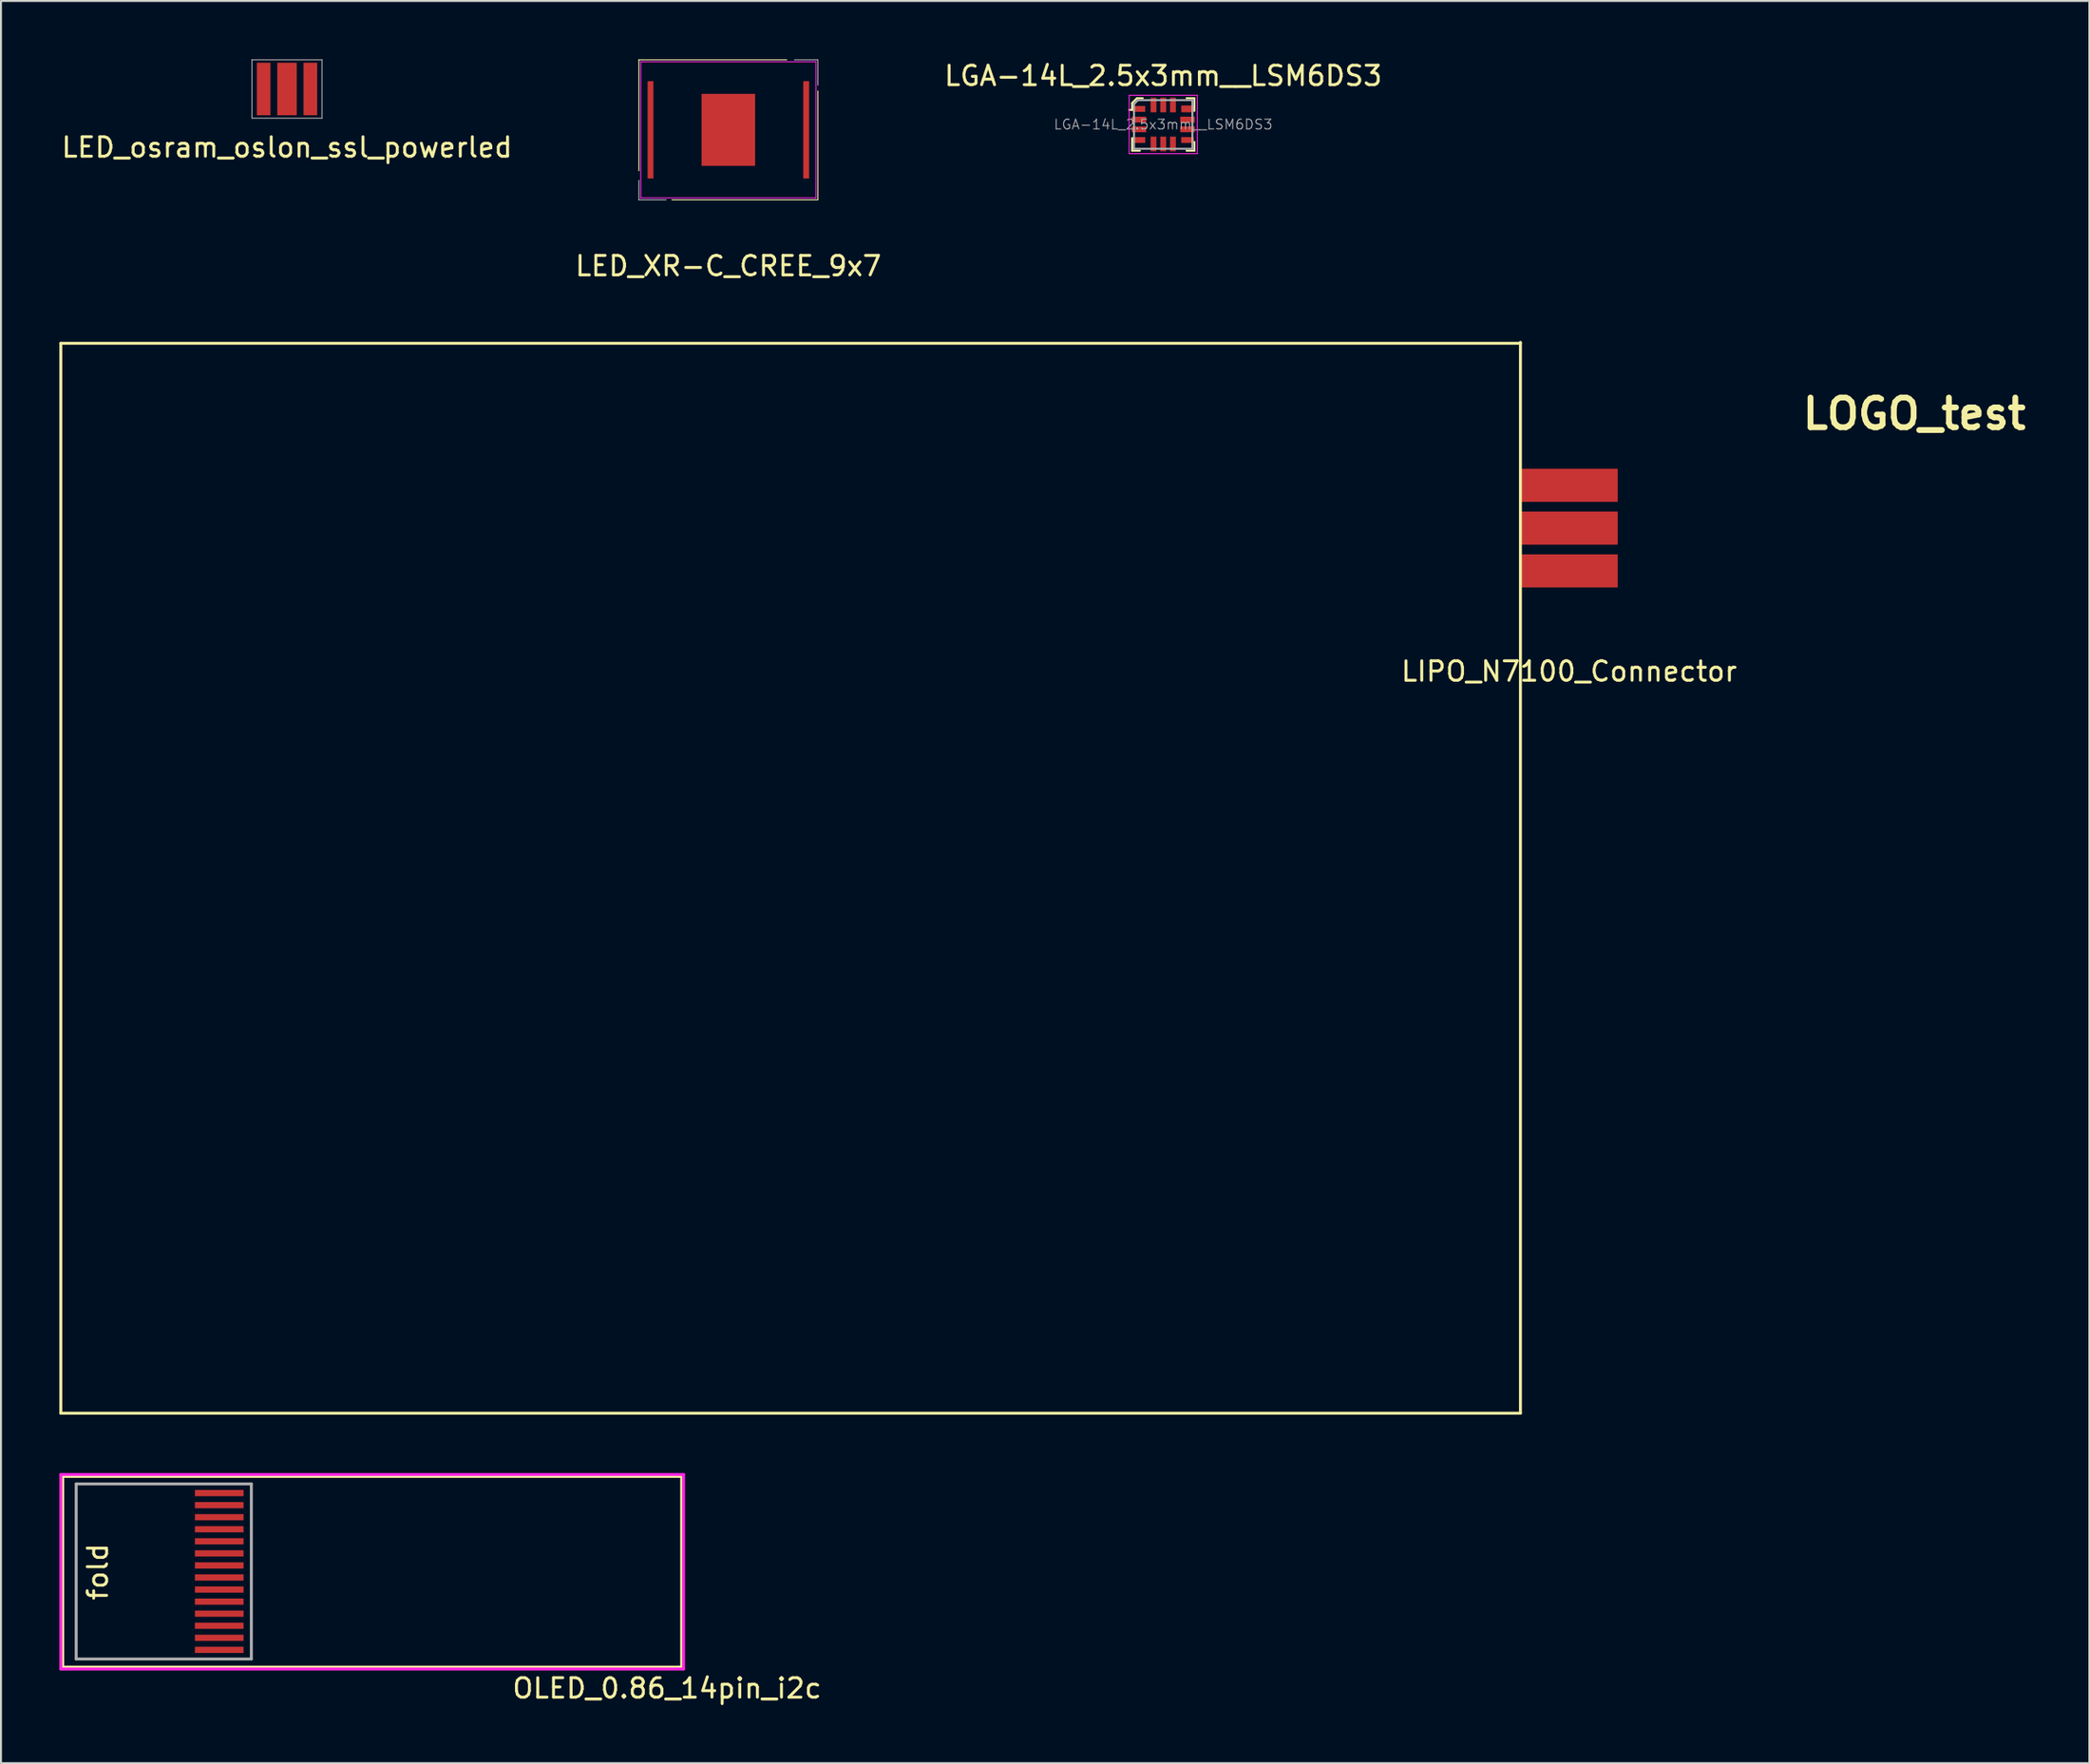
<source format=kicad_pcb>
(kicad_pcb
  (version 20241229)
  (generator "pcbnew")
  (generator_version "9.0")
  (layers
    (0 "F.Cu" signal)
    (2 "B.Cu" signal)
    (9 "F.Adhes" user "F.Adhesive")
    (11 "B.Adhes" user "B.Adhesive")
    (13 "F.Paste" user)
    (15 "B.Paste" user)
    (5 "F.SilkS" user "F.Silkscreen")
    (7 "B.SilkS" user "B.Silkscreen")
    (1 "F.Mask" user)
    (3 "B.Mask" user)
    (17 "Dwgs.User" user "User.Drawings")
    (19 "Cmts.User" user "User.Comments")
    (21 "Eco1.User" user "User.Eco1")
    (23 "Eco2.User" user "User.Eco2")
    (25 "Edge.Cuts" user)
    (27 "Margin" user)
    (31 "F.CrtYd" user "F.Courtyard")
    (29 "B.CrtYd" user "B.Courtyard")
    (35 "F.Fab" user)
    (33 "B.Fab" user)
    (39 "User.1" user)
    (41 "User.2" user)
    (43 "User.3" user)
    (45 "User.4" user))
  (footprint "LOGO_test"
    (layer "F.Cu")
    (at 95.289 15.597)
    (property "Reference" "LOGO_test" (at 0.025 2.625 0) (layer "F.SilkS") (effects (font (size 1.524 1.524) (thickness 0.3))))
    (attr through_hole)
    (fp_poly (pts (xy 0.178 -0.025) (xy -1.449 -0.025) (xy -1.449 -0.356) (xy -1.856 -0.356) (xy -1.856 -1.119) (xy 0.178 -1.119) (xy 0.178 -0.025)) (stroke (width 0.01) (type solid)) (fill yes) (layer "F.Mask"))
    (fp_poly (pts (xy 1.856 -0.356) (xy 1.449 -0.356) (xy 1.449 0.153) (xy 0.696 0.153) (xy 0.628 0.081) (xy 0.559 0.01) (xy 0.559 -1.119) (xy 1.856 -1.119) (xy 1.856 -0.356)) (stroke (width 0.01) (type solid)) (fill yes) (layer "F.Mask"))
    (fp_poly (pts (xy -0.763 1.144) (xy -1.856 1.144) (xy -1.856 0.381) (xy -1.653 0.381) (xy -1.548 0.38) (xy -1.486 0.373) (xy -1.456 0.36) (xy -1.449 0.343) (xy -1.442 0.328) (xy -1.415 0.317) (xy -1.362 0.31) (xy -1.274 0.306) (xy -1.145 0.305) (xy -1.106 0.305) (xy -0.763 0.305) (xy -0.763 1.144)) (stroke (width 0.01) (type solid)) (fill yes) (layer "F.Mask"))
    (fp_poly (pts (xy 0.509 0.394) (xy 0.595 0.483) (xy 1.111 0.483) (xy 1.285 0.483) (xy 1.415 0.482) (xy 1.507 0.479) (xy 1.568 0.475) (xy 1.604 0.468) (xy 1.621 0.457) (xy 1.627 0.442) (xy 1.627 0.432) (xy 1.635 0.4) (xy 1.666 0.385) (xy 1.733 0.381) (xy 1.742 0.381) (xy 1.856 0.381) (xy 1.856 1.144) (xy -0.381 1.144) (xy -0.381 0.305) (xy 0.422 0.305) (xy 0.509 0.394)) (stroke (width 0.01) (type solid)) (fill yes) (layer "F.Mask")))
  (footprint "LIPO_N7100_Connector"
    (layer "F.Cu")
    (at 77.575 24.098)
    (property "Reference" "LIPO_N7100_Connector" (at 0 7.366 0) (layer "F.SilkS") (effects (font (size 1 1) (thickness 0.15))))
    (attr through_hole)
    (fp_line (start -77.5 -9.5) (end -2.5 -9.5) (stroke (width 0.15) (type solid)) (layer "F.SilkS"))
    (fp_line (start -77.5 45.5) (end -77.5 -9.5) (stroke (width 0.15) (type solid)) (layer "F.SilkS"))
    (fp_line (start -2.5 -9.55) (end -2.5 45.5) (stroke (width 0.15) (type solid)) (layer "F.SilkS"))
    (fp_line (start -2.5 45.5) (end -77.5 45.5) (stroke (width 0.15) (type solid)) (layer "F.SilkS"))
    (pad "1" smd rect (at 0 -2.2) (size 5 1.7) (layers "F.Cu" "F.Mask" "F.Paste"))
    (pad "2" smd rect (at 0 0) (size 5 1.7) (layers "F.Cu" "F.Mask" "F.Paste"))
    (pad "3" smd rect (at 0 2.2) (size 5 1.7) (layers "F.Cu" "F.Mask" "F.Paste")))
  (footprint "LED_XR-C_CREE_9x7"
    (layer "F.Cu")
    (at 34.375 3.625)
    (property "Reference" "LED_XR-C_CREE_9x7" (at 0 7 0) (layer "F.SilkS") (effects (font (size 1 1) (thickness 0.15))))
    (attr through_hole)
    (fp_line (start -4.6 -3.6) (end 3 -3.6) (stroke (width 0.05) (type solid)) (layer "F.SilkS"))
    (fp_line (start -4.6 2.1) (end -4.6 -3.6) (stroke (width 0.05) (type solid)) (layer "F.SilkS"))
    (fp_line (start 4.6 -2) (end 4.6 3.6) (stroke (width 0.05) (type solid)) (layer "F.SilkS"))
    (fp_line (start 4.6 3.6) (end -2.9 3.6) (stroke (width 0.05) (type solid)) (layer "F.SilkS"))
    (fp_line (start -4.5 -3.5) (end 4.5 -3.5) (stroke (width 0.05) (type solid)) (layer "F.CrtYd"))
    (fp_line (start -4.5 3.5) (end -4.5 -3.5) (stroke (width 0.05) (type solid)) (layer "F.CrtYd"))
    (fp_line (start 4.5 -3.5) (end 4.5 3.5) (stroke (width 0.05) (type solid)) (layer "F.CrtYd"))
    (fp_line (start 4.5 3.5) (end -4.5 3.5) (stroke (width 0.05) (type solid)) (layer "F.CrtYd"))
    (fp_line (start -4.6 2.6) (end -4.6 3.6) (stroke (width 0.05) (type solid)) (layer "F.Fab"))
    (fp_line (start -4.6 3.6) (end -3.2 3.6) (stroke (width 0.05) (type solid)) (layer "F.Fab"))
    (fp_line (start 3.4 -3.6) (end 4.6 -3.6) (stroke (width 0.05) (type solid)) (layer "F.Fab"))
    (fp_line (start 4.6 -3.6) (end 4.6 -2.3) (stroke (width 0.05) (type solid)) (layer "F.Fab"))
    (pad "1" smd rect (at -4 0) (size 0.3 5) (layers "F.Cu" "F.Mask" "F.Paste"))
    (pad "2" smd rect (at 4 0) (size 0.3 5) (layers "F.Cu" "F.Mask" "F.Paste"))
    (pad "3" smd rect (at 0 0) (size 2.75 3.7) (layers "F.Cu" "F.Mask" "F.Paste")))
  (footprint "LED_osram_oslon_ssl_powerled"
    (layer "F.Cu")
    (at 11.696 1.525)
    (property "Reference" "LED_osram_oslon_ssl_powerled" (at 0 3 0) (layer "F.SilkS") (effects (font (size 1 1) (thickness 0.15))))
    (attr through_hole)
    (fp_line (start -1.8 -1.5) (end 1.8 -1.5) (stroke (width 0.05) (type solid)) (layer "F.Fab"))
    (fp_line (start -1.8 1.5) (end -1.8 -1.5) (stroke (width 0.05) (type solid)) (layer "F.Fab"))
    (fp_line (start 1.8 -1.5) (end 1.8 1.5) (stroke (width 0.05) (type solid)) (layer "F.Fab"))
    (fp_line (start 1.8 1.5) (end -1.8 1.5) (stroke (width 0.05) (type solid)) (layer "F.Fab"))
    (pad "1" smd rect (at -1.2 0) (size 0.7 2.7) (layers "F.Cu" "F.Mask" "F.Paste"))
    (pad "2" smd rect (at 1.2 0) (size 0.7 2.7) (layers "F.Cu" "F.Mask" "F.Paste"))
    (pad "3" smd rect (at 0 0) (size 1 2.7) (layers "F.Cu" "F.Mask" "F.Paste")))
  (footprint "OLED_0.86_14pin_i2c"
    (layer "F.Cu")
    (at 17.875 77.748)
    (property "Reference" "OLED_0.86_14pin_i2c" (at 13.349 5.99 0) (layer "F.SilkS") (effects (font (size 1 1) (thickness 0.15))))
    (attr through_hole)
    (fp_line (start -17.7 -4.9) (end -17.7 4.9) (stroke (width 0.15) (type solid)) (layer "F.SilkS"))
    (fp_line (start -17.7 4.9) (end 14.1 4.9) (stroke (width 0.15) (type solid)) (layer "F.SilkS"))
    (fp_line (start 14.1 -4.9) (end -17.7 -4.9) (stroke (width 0.15) (type solid)) (layer "F.SilkS"))
    (fp_line (start 14.1 4.9) (end 14.1 -4.9) (stroke (width 0.15) (type solid)) (layer "F.SilkS"))
    (fp_line (start -17.8 -5) (end 14.2 -5) (stroke (width 0.15) (type solid)) (layer "F.CrtYd"))
    (fp_line (start -17.8 5) (end -17.8 -5) (stroke (width 0.15) (type solid)) (layer "F.CrtYd"))
    (fp_line (start 14.2 -5) (end 14.2 5) (stroke (width 0.15) (type solid)) (layer "F.CrtYd"))
    (fp_line (start 14.2 5) (end -17.8 5) (stroke (width 0.15) (type solid)) (layer "F.CrtYd"))
    (fp_line (start -17.01 -4.515) (end -8.01 -4.515) (stroke (width 0.15) (type solid)) (layer "F.Fab"))
    (fp_line (start -17.01 4.485) (end -17.01 -4.515) (stroke (width 0.15) (type solid)) (layer "F.Fab"))
    (fp_line (start -8.01 -4.515) (end -8.01 4.485) (stroke (width 0.15) (type solid)) (layer "F.Fab"))
    (fp_line (start -8.01 4.485) (end -17.01 4.485) (stroke (width 0.15) (type solid)) (layer "F.Fab"))
    (fp_text user "fold" (at -15.9 0 270) (layer "F.SilkS") (effects (font (size 1 1) (thickness 0.15))))
    (pad "1" smd rect (at -9.659 -4.045) (size 2.5 0.32) (layers "F.Cu" "F.Mask" "F.Paste"))
    (pad "2" smd rect (at -9.659 -3.425) (size 2.5 0.32) (layers "F.Cu" "F.Mask" "F.Paste"))
    (pad "3" smd rect (at -9.659 -2.805) (size 2.5 0.32) (layers "F.Cu" "F.Mask" "F.Paste"))
    (pad "4" smd rect (at -9.659 -2.185) (size 2.5 0.32) (layers "F.Cu" "F.Mask" "F.Paste"))
    (pad "5" smd rect (at -9.659 -1.565) (size 2.5 0.32) (layers "F.Cu" "F.Mask" "F.Paste"))
    (pad "6" smd rect (at -9.659 -0.945) (size 2.5 0.32) (layers "F.Cu" "F.Mask" "F.Paste"))
    (pad "7" smd rect (at -9.659 -0.325) (size 2.5 0.32) (layers "F.Cu" "F.Mask" "F.Paste"))
    (pad "8" smd rect (at -9.659 0.295) (size 2.5 0.32) (layers "F.Cu" "F.Mask" "F.Paste"))
    (pad "9" smd rect (at -9.659 0.915) (size 2.5 0.32) (layers "F.Cu" "F.Mask" "F.Paste"))
    (pad "10" smd rect (at -9.659 1.535) (size 2.5 0.32) (layers "F.Cu" "F.Mask" "F.Paste"))
    (pad "11" smd rect (at -9.659 2.155) (size 2.5 0.32) (layers "F.Cu" "F.Mask" "F.Paste"))
    (pad "12" smd rect (at -9.659 2.775) (size 2.5 0.32) (layers "F.Cu" "F.Mask" "F.Paste"))
    (pad "13" smd rect (at -9.659 3.395) (size 2.5 0.32) (layers "F.Cu" "F.Mask" "F.Paste"))
    (pad "14" smd rect (at -9.659 4.015) (size 2.5 0.32) (layers "F.Cu" "F.Mask" "F.Paste")))
  (footprint "LGA-14L_2.5x3mm__LSM6DS3"
    (layer "F.Cu")
    (at 56.72 3.348)
    (property "Reference" "LGA-14L_2.5x3mm__LSM6DS3" (at 0 -2.5 0) (layer "F.SilkS") (effects (font (size 1 1) (thickness 0.15))))
    (attr through_hole)
    (fp_line (start -1.6 -1.1) (end -1.6 -0.75) (stroke (width 0.1) (type solid)) (layer "F.SilkS"))
    (fp_line (start -1.6 -0.75) (end -1.75 -0.75) (stroke (width 0.1) (type solid)) (layer "F.SilkS"))
    (fp_line (start -1.6 1.35) (end -1.6 0.7) (stroke (width 0.1) (type solid)) (layer "F.SilkS"))
    (fp_line (start -1.35 -1.35) (end -1.6 -1.1) (stroke (width 0.1) (type solid)) (layer "F.SilkS"))
    (fp_line (start -1.2 1.35) (end -1.6 1.35) (stroke (width 0.1) (type solid)) (layer "F.SilkS"))
    (fp_line (start -1.05 -1.35) (end -1.35 -1.35) (stroke (width 0.1) (type solid)) (layer "F.SilkS"))
    (fp_line (start 1.2 -1.35) (end 1.6 -1.35) (stroke (width 0.1) (type solid)) (layer "F.SilkS"))
    (fp_line (start 1.2 1.35) (end 1.6 1.35) (stroke (width 0.1) (type solid)) (layer "F.SilkS"))
    (fp_line (start 1.6 -1.35) (end 1.6 -0.7) (stroke (width 0.1) (type solid)) (layer "F.SilkS"))
    (fp_line (start 1.6 1.35) (end 1.6 0.9) (stroke (width 0.1) (type solid)) (layer "F.SilkS"))
    (fp_line (start -1.75 -1.5) (end -1.75 1.5) (stroke (width 0.05) (type solid)) (layer "F.CrtYd"))
    (fp_line (start 1.75 -1.5) (end -1.75 -1.5) (stroke (width 0.05) (type solid)) (layer "F.CrtYd"))
    (fp_line (start 1.75 -1.5) (end 1.75 1.5) (stroke (width 0.05) (type solid)) (layer "F.CrtYd"))
    (fp_line (start 1.75 1.5) (end -1.75 1.5) (stroke (width 0.05) (type solid)) (layer "F.CrtYd"))
    (fp_line (start -1.5 -1.05) (end -1.3 -1.25) (stroke (width 0.1) (type solid)) (layer "F.Fab"))
    (fp_line (start -1.5 1.25) (end -1.5 -1.05) (stroke (width 0.1) (type solid)) (layer "F.Fab"))
    (fp_line (start -1.5 1.25) (end 1.5 1.25) (stroke (width 0.1) (type solid)) (layer "F.Fab"))
    (fp_line (start -1.3 -1.25) (end 1.5 -1.25) (stroke (width 0.1) (type solid)) (layer "F.Fab"))
    (fp_line (start 1.5 1.25) (end 1.5 -1.25) (stroke (width 0.1) (type solid)) (layer "F.Fab"))
    (fp_text user "${REFERENCE}" (at 0 0 0) (layer "F.Fab") (effects (font (size 0.5 0.5) (thickness 0.05))))
    (pad "1" smd rect (at -1.25 -0.8) (size 0.65 0.3) (layers "F.Cu" "F.Mask" "F.Paste"))
    (pad "2" smd rect (at -1.25 -0.25) (size 0.75 0.3) (layers "F.Cu" "F.Mask" "F.Paste"))
    (pad "3" smd rect (at -1.25 0.25) (size 0.75 0.3) (layers "F.Cu" "F.Mask" "F.Paste"))
    (pad "4" smd rect (at -1.25 0.8) (size 0.65 0.3) (layers "F.Cu" "F.Mask" "F.Paste"))
    (pad "5" smd rect (at -0.5 1) (size 0.3 0.75) (layers "F.Cu" "F.Mask" "F.Paste"))
    (pad "6" smd rect (at 0 1) (size 0.3 0.75) (layers "F.Cu" "F.Mask" "F.Paste"))
    (pad "7" smd rect (at 0.5 1) (size 0.3 0.75) (layers "F.Cu" "F.Mask" "F.Paste"))
    (pad "8" smd rect (at 1.25 0.8) (size 0.65 0.3) (layers "F.Cu" "F.Mask" "F.Paste"))
    (pad "9" smd rect (at 1.25 0.25) (size 0.75 0.3) (layers "F.Cu" "F.Mask" "F.Paste"))
    (pad "10" smd rect (at 1.25 -0.25) (size 0.75 0.3) (layers "F.Cu" "F.Mask" "F.Paste"))
    (pad "11" smd rect (at 1.25 -0.8) (size 0.65 0.35) (layers "F.Cu" "F.Mask" "F.Paste"))
    (pad "12" smd rect (at 0.5 -1) (size 0.3 0.75) (layers "F.Cu" "F.Mask" "F.Paste"))
    (pad "13" smd rect (at 0 -1) (size 0.3 0.75) (layers "F.Cu" "F.Mask" "F.Paste"))
    (pad "14" smd rect (at -0.5 -1) (size 0.3 0.75) (layers "F.Cu" "F.Mask" "F.Paste")))
  (gr_rect
    (start -3 -3)
    (end 104.308 87.586)
    (stroke (width 0.1) (type default))
    (fill no)
    (layer "Edge.Cuts")))
</source>
